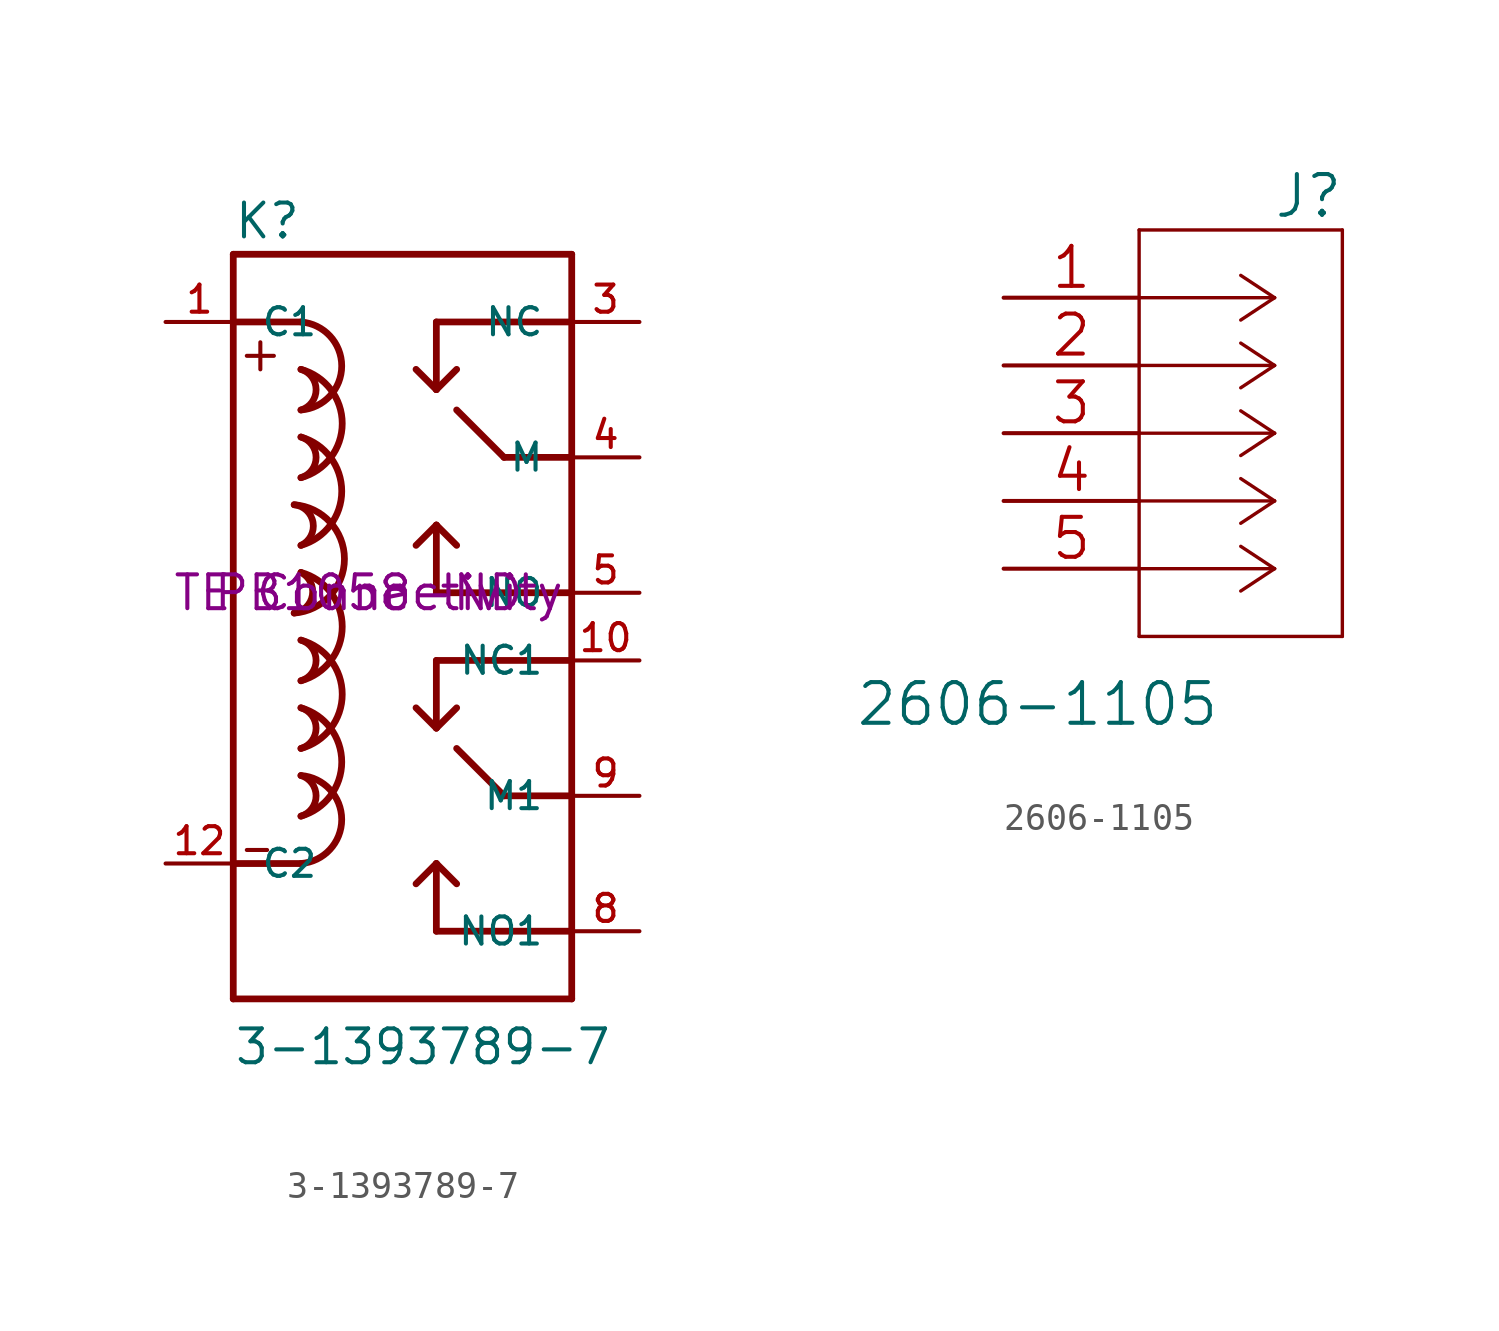
<source format=kicad_sym>
(kicad_symbol_lib
  (version 20211014)
  (generator kicad_symbol_editor)
  (symbol "3-1393789-7"
    (pin_names
      (offset 1.016))
    (property "Reference" "K"
      (at -5.08 13.208 0)
      (effects (font (size 1.27 1.27)) (justify left bottom)))
    (property "Value" "3-1393789-7"
      (at -5.08 -17.78 0)
      (effects (font (size 1.27 1.27)) (justify left bottom)))
    (property "Manufacturer" "TE Connectivity"
      (at 0 0 0)
      (effects (font (size 1.27 1.27))))
    (property "Digikey" "PB1058-ND"
      (at 0 0 0)
      (effects (font (size 1.27 1.27))))
    (symbol "3-1393789-7_0_0"
      (arc (start -2.794 -0.762) (mid -0.9087 1.27) (end -2.794 3.302) (stroke (width 0.254) (type default) (color 0 0 0 0)) (fill (type none)))
      (arc (start -2.794 -0.762) (mid -2.1119 -0.1017) (end -2.54 0.762) (stroke (width 0.254) (type default) (color 0 0 0 0)) (fill (type none)))
      (arc (start -2.54 -10.16) (mid -1.0111 -8.509) (end -2.54 -6.858) (stroke (width 0.254) (type default) (color 0 0 0 0)) (fill (type none)))
      (arc (start -2.54 -8.382) (mid -1.973 -7.62) (end -2.54 -6.858) (stroke (width 0.254) (type default) (color 0 0 0 0)) (fill (type none)))
      (arc (start -2.54 -8.382) (mid -1.0099 -6.35) (end -2.54 -4.318) (stroke (width 0.254) (type default) (color 0 0 0 0)) (fill (type none)))
      (arc (start -2.54 -5.842) (mid -1.973 -5.08) (end -2.54 -4.318) (stroke (width 0.254) (type default) (color 0 0 0 0)) (fill (type none)))
      (arc (start -2.54 -5.842) (mid -0.9914 -3.81) (end -2.54 -1.778) (stroke (width 0.254) (type default) (color 0 0 0 0)) (fill (type none)))
      (arc (start -2.54 -3.302) (mid -1.973 -2.54) (end -2.54 -1.778) (stroke (width 0.254) (type default) (color 0 0 0 0)) (fill (type none)))
      (arc (start -2.54 -3.302) (mid -0.9914 -1.27) (end -2.54 0.762) (stroke (width 0.254) (type default) (color 0 0 0 0)) (fill (type none)))
      (arc (start -2.54 1.778) (mid -2.0882 2.6455) (end -2.794 3.302) (stroke (width 0.254) (type default) (color 0 0 0 0)) (fill (type none)))
      (arc (start -2.54 1.778) (mid -1.0099 3.81) (end -2.54 5.842) (stroke (width 0.254) (type default) (color 0 0 0 0)) (fill (type none)))
      (arc (start -2.54 4.318) (mid -1.973 5.08) (end -2.54 5.842) (stroke (width 0.254) (type default) (color 0 0 0 0)) (fill (type none)))
      (arc (start -2.54 4.318) (mid -0.9914 6.35) (end -2.54 8.382) (stroke (width 0.254) (type default) (color 0 0 0 0)) (fill (type none)))
      (arc (start -2.54 6.858) (mid -1.973 7.62) (end -2.54 8.382) (stroke (width 0.254) (type default) (color 0 0 0 0)) (fill (type none)))
      (arc (start -2.54 6.858) (mid -1.0111 8.509) (end -2.54 10.16) (stroke (width 0.254) (type default) (color 0 0 0 0)) (fill (type none)))
      (polyline (pts (xy -5.08 -15.24) (xy -5.08 -10.16)) (stroke (width 0.254) (type default) (color 0 0 0 0)) (fill (type none)))
      (polyline (pts (xy -5.08 -10.16) (xy -5.08 10.16)) (stroke (width 0.254) (type default) (color 0 0 0 0)) (fill (type none)))
      (polyline (pts (xy -5.08 -10.16) (xy -2.54 -10.16)) (stroke (width 0.254) (type default) (color 0 0 0 0)) (fill (type none)))
      (polyline (pts (xy -5.08 10.16) (xy -5.08 12.7)) (stroke (width 0.254) (type default) (color 0 0 0 0)) (fill (type none)))
      (polyline (pts (xy -5.08 10.16) (xy -2.54 10.16)) (stroke (width 0.254) (type default) (color 0 0 0 0)) (fill (type none)))
      (polyline (pts (xy -5.08 12.7) (xy 7.62 12.7)) (stroke (width 0.254) (type default) (color 0 0 0 0)) (fill (type none)))
      (polyline (pts (xy -4.572 -9.652) (xy -3.81 -9.652)) (stroke (width 0.152) (type default) (color 0 0 0 0)) (fill (type none)))
      (polyline (pts (xy -4.572 8.89) (xy -3.556 8.89)) (stroke (width 0.152) (type default) (color 0 0 0 0)) (fill (type none)))
      (polyline (pts (xy -4.064 9.398) (xy -4.064 8.382)) (stroke (width 0.152) (type default) (color 0 0 0 0)) (fill (type none)))
      (polyline (pts (xy 2.54 -12.7) (xy 2.54 -10.16)) (stroke (width 0.254) (type default) (color 0 0 0 0)) (fill (type none)))
      (polyline (pts (xy 2.54 -10.16) (xy 1.778 -10.922)) (stroke (width 0.254) (type default) (color 0 0 0 0)) (fill (type none)))
      (polyline (pts (xy 2.54 -10.16) (xy 3.302 -10.922)) (stroke (width 0.254) (type default) (color 0 0 0 0)) (fill (type none)))
      (polyline (pts (xy 2.54 -5.08) (xy 1.778 -4.318)) (stroke (width 0.254) (type default) (color 0 0 0 0)) (fill (type none)))
      (polyline (pts (xy 2.54 -5.08) (xy 3.302 -4.318)) (stroke (width 0.254) (type default) (color 0 0 0 0)) (fill (type none)))
      (polyline (pts (xy 2.54 -2.54) (xy 2.54 -5.08)) (stroke (width 0.254) (type default) (color 0 0 0 0)) (fill (type none)))
      (polyline (pts (xy 2.54 0) (xy 2.54 2.54)) (stroke (width 0.254) (type default) (color 0 0 0 0)) (fill (type none)))
      (polyline (pts (xy 2.54 2.54) (xy 1.778 1.778)) (stroke (width 0.254) (type default) (color 0 0 0 0)) (fill (type none)))
      (polyline (pts (xy 2.54 2.54) (xy 3.302 1.778)) (stroke (width 0.254) (type default) (color 0 0 0 0)) (fill (type none)))
      (polyline (pts (xy 2.54 7.62) (xy 1.778 8.382)) (stroke (width 0.254) (type default) (color 0 0 0 0)) (fill (type none)))
      (polyline (pts (xy 2.54 7.62) (xy 3.302 8.382)) (stroke (width 0.254) (type default) (color 0 0 0 0)) (fill (type none)))
      (polyline (pts (xy 2.54 10.16) (xy 2.54 7.62)) (stroke (width 0.254) (type default) (color 0 0 0 0)) (fill (type none)))
      (polyline (pts (xy 5.08 -7.62) (xy 3.302 -5.842)) (stroke (width 0.254) (type default) (color 0 0 0 0)) (fill (type none)))
      (polyline (pts (xy 5.08 5.08) (xy 3.302 6.858)) (stroke (width 0.254) (type default) (color 0 0 0 0)) (fill (type none)))
      (polyline (pts (xy 7.62 -15.24) (xy -5.08 -15.24)) (stroke (width 0.254) (type default) (color 0 0 0 0)) (fill (type none)))
      (polyline (pts (xy 7.62 -12.7) (xy 2.54 -12.7)) (stroke (width 0.254) (type default) (color 0 0 0 0)) (fill (type none)))
      (polyline (pts (xy 7.62 -12.7) (xy 7.62 -15.24)) (stroke (width 0.254) (type default) (color 0 0 0 0)) (fill (type none)))
      (polyline (pts (xy 7.62 -7.62) (xy 5.08 -7.62)) (stroke (width 0.254) (type default) (color 0 0 0 0)) (fill (type none)))
      (polyline (pts (xy 7.62 -7.62) (xy 7.62 -12.7)) (stroke (width 0.254) (type default) (color 0 0 0 0)) (fill (type none)))
      (polyline (pts (xy 7.62 -2.54) (xy 2.54 -2.54)) (stroke (width 0.254) (type default) (color 0 0 0 0)) (fill (type none)))
      (polyline (pts (xy 7.62 -2.54) (xy 7.62 -7.62)) (stroke (width 0.254) (type default) (color 0 0 0 0)) (fill (type none)))
      (polyline (pts (xy 7.62 0) (xy 2.54 0)) (stroke (width 0.254) (type default) (color 0 0 0 0)) (fill (type none)))
      (polyline (pts (xy 7.62 0) (xy 7.62 -2.54)) (stroke (width 0.254) (type default) (color 0 0 0 0)) (fill (type none)))
      (polyline (pts (xy 7.62 5.08) (xy 5.08 5.08)) (stroke (width 0.254) (type default) (color 0 0 0 0)) (fill (type none)))
      (polyline (pts (xy 7.62 5.08) (xy 7.62 0)) (stroke (width 0.254) (type default) (color 0 0 0 0)) (fill (type none)))
      (polyline (pts (xy 7.62 10.16) (xy 2.54 10.16)) (stroke (width 0.254) (type default) (color 0 0 0 0)) (fill (type none)))
      (polyline (pts (xy 7.62 10.16) (xy 7.62 5.08)) (stroke (width 0.254) (type default) (color 0 0 0 0)) (fill (type none)))
      (polyline (pts (xy 7.62 12.7) (xy 7.62 10.16)) (stroke (width 0.254) (type default) (color 0 0 0 0)) (fill (type none)))
      (pin passive line (at -7.62 10.16 0) (length 2.54) (name "C1" (effects (font (size 1.016 1.016)))) (number "1" (effects (font (size 1.016 1.016)))))
      (pin passive line (at 10.16 -2.54 180) (length 2.54) (name "NC1" (effects (font (size 1.016 1.016)))) (number "10" (effects (font (size 1.016 1.016)))))
      (pin passive line (at -7.62 -10.16 0) (length 2.54) (name "C2" (effects (font (size 1.016 1.016)))) (number "12" (effects (font (size 1.016 1.016)))))
      (pin passive line (at 10.16 10.16 180) (length 2.54) (name "NC" (effects (font (size 1.016 1.016)))) (number "3" (effects (font (size 1.016 1.016)))))
      (pin passive line (at 10.16 5.08 180) (length 2.54) (name "M" (effects (font (size 1.016 1.016)))) (number "4" (effects (font (size 1.016 1.016)))))
      (pin passive line (at 10.16 0 180) (length 2.54) (name "NO" (effects (font (size 1.016 1.016)))) (number "5" (effects (font (size 1.016 1.016)))))
      (pin passive line (at 10.16 -12.7 180) (length 2.54) (name "NO1" (effects (font (size 1.016 1.016)))) (number "8" (effects (font (size 1.016 1.016)))))
      (pin passive line (at 10.16 -7.62 180) (length 2.54) (name "M1" (effects (font (size 1.016 1.016)))) (number "9" (effects (font (size 1.016 1.016)))))))
  (symbol "2606-1105"
    (pin_names
      (offset 0.254) hide)
    (property "Reference" "J"
      (at 5.08 8.89 0)
      (effects (font (size 1.524 1.524))))
    (property "Value" "2606-1105"
      (at -5.08 -10.16 0)
      (effects (font (size 1.524 1.524))))
    (symbol "2606-1105_1_1"
      (polyline (pts (xy -1.27 -7.62) (xy 6.35 -7.62)) (stroke (width 0.127) (type default) (color 0 0 0 0)) (fill (type none)))
      (polyline (pts (xy -1.27 7.62) (xy -1.27 -7.62)) (stroke (width 0.127) (type default) (color 0 0 0 0)) (fill (type none)))
      (polyline (pts (xy 3.81 -5.08) (xy -1.27 -5.08)) (stroke (width 0.127) (type default) (color 0 0 0 0)) (fill (type none)))
      (polyline (pts (xy 3.81 -5.08) (xy 2.54 -5.918)) (stroke (width 0.127) (type default) (color 0 0 0 0)) (fill (type none)))
      (polyline (pts (xy 3.81 -5.08) (xy 2.54 -4.242)) (stroke (width 0.127) (type default) (color 0 0 0 0)) (fill (type none)))
      (polyline (pts (xy 3.81 -2.54) (xy -1.27 -2.54)) (stroke (width 0.127) (type default) (color 0 0 0 0)) (fill (type none)))
      (polyline (pts (xy 3.81 -2.54) (xy 2.54 -3.378)) (stroke (width 0.127) (type default) (color 0 0 0 0)) (fill (type none)))
      (polyline (pts (xy 3.81 -2.54) (xy 2.54 -1.702)) (stroke (width 0.127) (type default) (color 0 0 0 0)) (fill (type none)))
      (polyline (pts (xy 3.81 0) (xy -1.27 0)) (stroke (width 0.127) (type default) (color 0 0 0 0)) (fill (type none)))
      (polyline (pts (xy 3.81 0) (xy 2.54 -0.838)) (stroke (width 0.127) (type default) (color 0 0 0 0)) (fill (type none)))
      (polyline (pts (xy 3.81 0) (xy 2.54 0.838)) (stroke (width 0.127) (type default) (color 0 0 0 0)) (fill (type none)))
      (polyline (pts (xy 3.81 2.54) (xy -1.27 2.54)) (stroke (width 0.127) (type default) (color 0 0 0 0)) (fill (type none)))
      (polyline (pts (xy 3.81 2.54) (xy 2.54 1.702)) (stroke (width 0.127) (type default) (color 0 0 0 0)) (fill (type none)))
      (polyline (pts (xy 3.81 2.54) (xy 2.54 3.378)) (stroke (width 0.127) (type default) (color 0 0 0 0)) (fill (type none)))
      (polyline (pts (xy 3.81 5.08) (xy -1.27 5.08)) (stroke (width 0.127) (type default) (color 0 0 0 0)) (fill (type none)))
      (polyline (pts (xy 3.81 5.08) (xy 2.54 4.242)) (stroke (width 0.127) (type default) (color 0 0 0 0)) (fill (type none)))
      (polyline (pts (xy 3.81 5.08) (xy 2.54 5.918)) (stroke (width 0.127) (type default) (color 0 0 0 0)) (fill (type none)))
      (polyline (pts (xy 6.35 -7.62) (xy 6.35 7.62)) (stroke (width 0.127) (type default) (color 0 0 0 0)) (fill (type none)))
      (polyline (pts (xy 6.35 7.62) (xy -1.27 7.62)) (stroke (width 0.127) (type default) (color 0 0 0 0)) (fill (type none)))
      (pin passive line (at -6.35 5.08 0) (length 5.08) (name "1" (effects (font (size 1.499 1.499)))) (number "1" (effects (font (size 1.499 1.499)))))
      (pin passive line (at -6.35 2.54 0) (length 5.08) (name "2" (effects (font (size 1.499 1.499)))) (number "2" (effects (font (size 1.499 1.499)))))
      (pin passive line (at -6.35 0 0) (length 5.08) (name "3" (effects (font (size 1.499 1.499)))) (number "3" (effects (font (size 1.499 1.499)))))
      (pin passive line (at -6.35 -2.54 0) (length 5.08) (name "4" (effects (font (size 1.499 1.499)))) (number "4" (effects (font (size 1.499 1.499)))))
      (pin passive line (at -6.35 -5.08 0) (length 5.08) (name "5" (effects (font (size 1.499 1.499)))) (number "5" (effects (font (size 1.499 1.499))))))))
</source>
